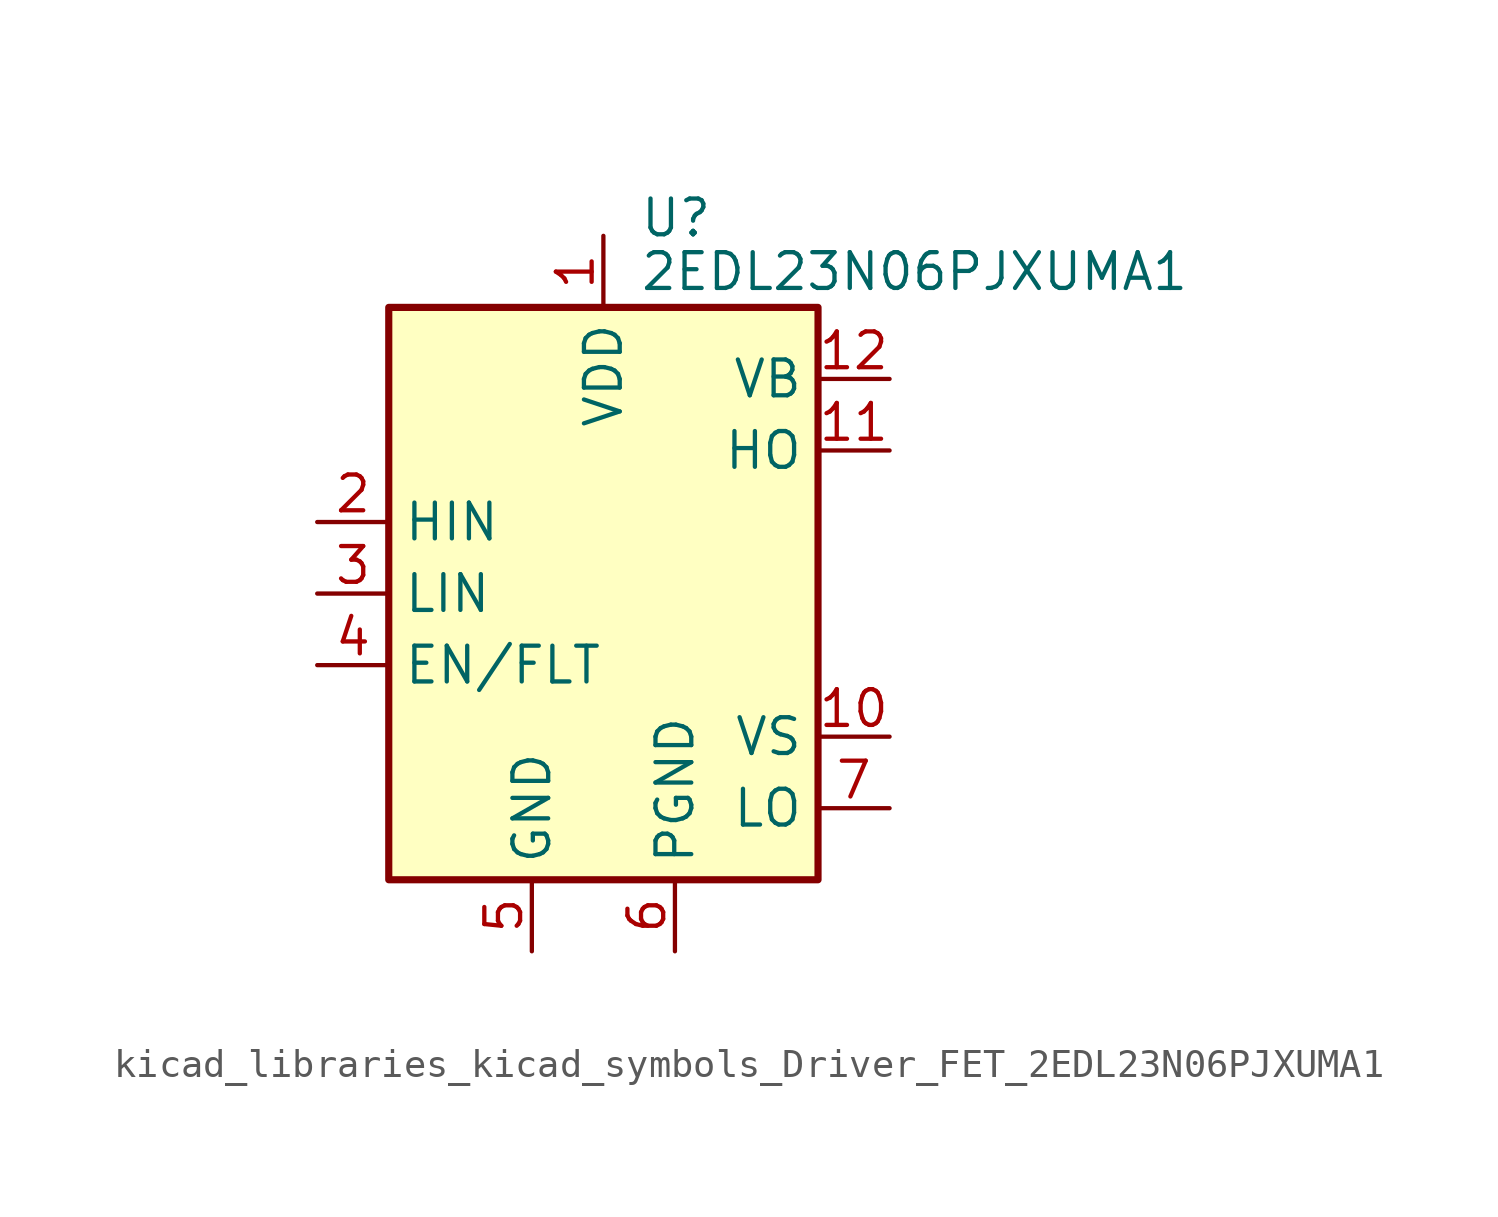
<source format=kicad_sym>
(kicad_symbol_lib
  (version 20220914)
  (generator kicad_symbol_editor)
  (symbol "kicad_libraries_kicad_symbols_Driver_FET_2EDL23N06PJXUMA1"
    (property "Reference" "U"
      (at 1.27 13.335 0)
      (effects (font (size 1.27 1.27)) (justify left)))
    (property "Value" "2EDL23N06PJXUMA1"
      (at 1.27 11.43 0)
      (effects (font (size 1.27 1.27)) (justify left)))
    (symbol "kicad_libraries_kicad_symbols_Driver_FET_2EDL23N06PJXUMA1_0_1"
      (rectangle (start -7.62 -10.16) (end 7.62 10.16) (stroke (width 0.254) (type default)) (fill (type background))))
    (symbol "kicad_libraries_kicad_symbols_Driver_FET_2EDL23N06PJXUMA1_1_1"
      (pin power_in line (at 0 12.7 270) (length 2.54) (name "VDD" (effects (font (size 1.27 1.27)))) (number "1" (effects (font (size 1.27 1.27)))))
      (pin passive line (at 10.16 -5.08 180) (length 2.54) (name "VS" (effects (font (size 1.27 1.27)))) (number "10" (effects (font (size 1.27 1.27)))))
      (pin output line (at 10.16 5.08 180) (length 2.54) (name "HO" (effects (font (size 1.27 1.27)))) (number "11" (effects (font (size 1.27 1.27)))))
      (pin passive line (at 10.16 7.62 180) (length 2.54) (name "VB" (effects (font (size 1.27 1.27)))) (number "12" (effects (font (size 1.27 1.27)))))
      (pin no_connect line (at 7.62 0 180) (length 2.54) hide (name "NC" (effects (font (size 1.27 1.27)))) (number "13" (effects (font (size 1.27 1.27)))))
      (pin no_connect line (at 7.62 2.54 180) (length 2.54) hide (name "NC" (effects (font (size 1.27 1.27)))) (number "14" (effects (font (size 1.27 1.27)))))
      (pin input line (at -10.16 2.54 0) (length 2.54) (name "HIN" (effects (font (size 1.27 1.27)))) (number "2" (effects (font (size 1.27 1.27)))))
      (pin input line (at -10.16 0 0) (length 2.54) (name "LIN" (effects (font (size 1.27 1.27)))) (number "3" (effects (font (size 1.27 1.27)))))
      (pin open_collector line (at -10.16 -2.54 0) (length 2.54) (name "EN/FLT" (effects (font (size 1.27 1.27)))) (number "4" (effects (font (size 1.27 1.27)))))
      (pin power_in line (at -2.54 -12.7 90) (length 2.54) (name "GND" (effects (font (size 1.27 1.27)))) (number "5" (effects (font (size 1.27 1.27)))))
      (pin power_in line (at 2.54 -12.7 90) (length 2.54) (name "PGND" (effects (font (size 1.27 1.27)))) (number "6" (effects (font (size 1.27 1.27)))))
      (pin output line (at 10.16 -7.62 180) (length 2.54) (name "LO" (effects (font (size 1.27 1.27)))) (number "7" (effects (font (size 1.27 1.27)))))
      (pin no_connect line (at -7.62 5.08 0) (length 2.54) hide (name "NC" (effects (font (size 1.27 1.27)))) (number "8" (effects (font (size 1.27 1.27)))))
      (pin no_connect line (at -7.62 -5.08 0) (length 2.54) hide (name "NC" (effects (font (size 1.27 1.27)))) (number "9" (effects (font (size 1.27 1.27))))))))
</source>
